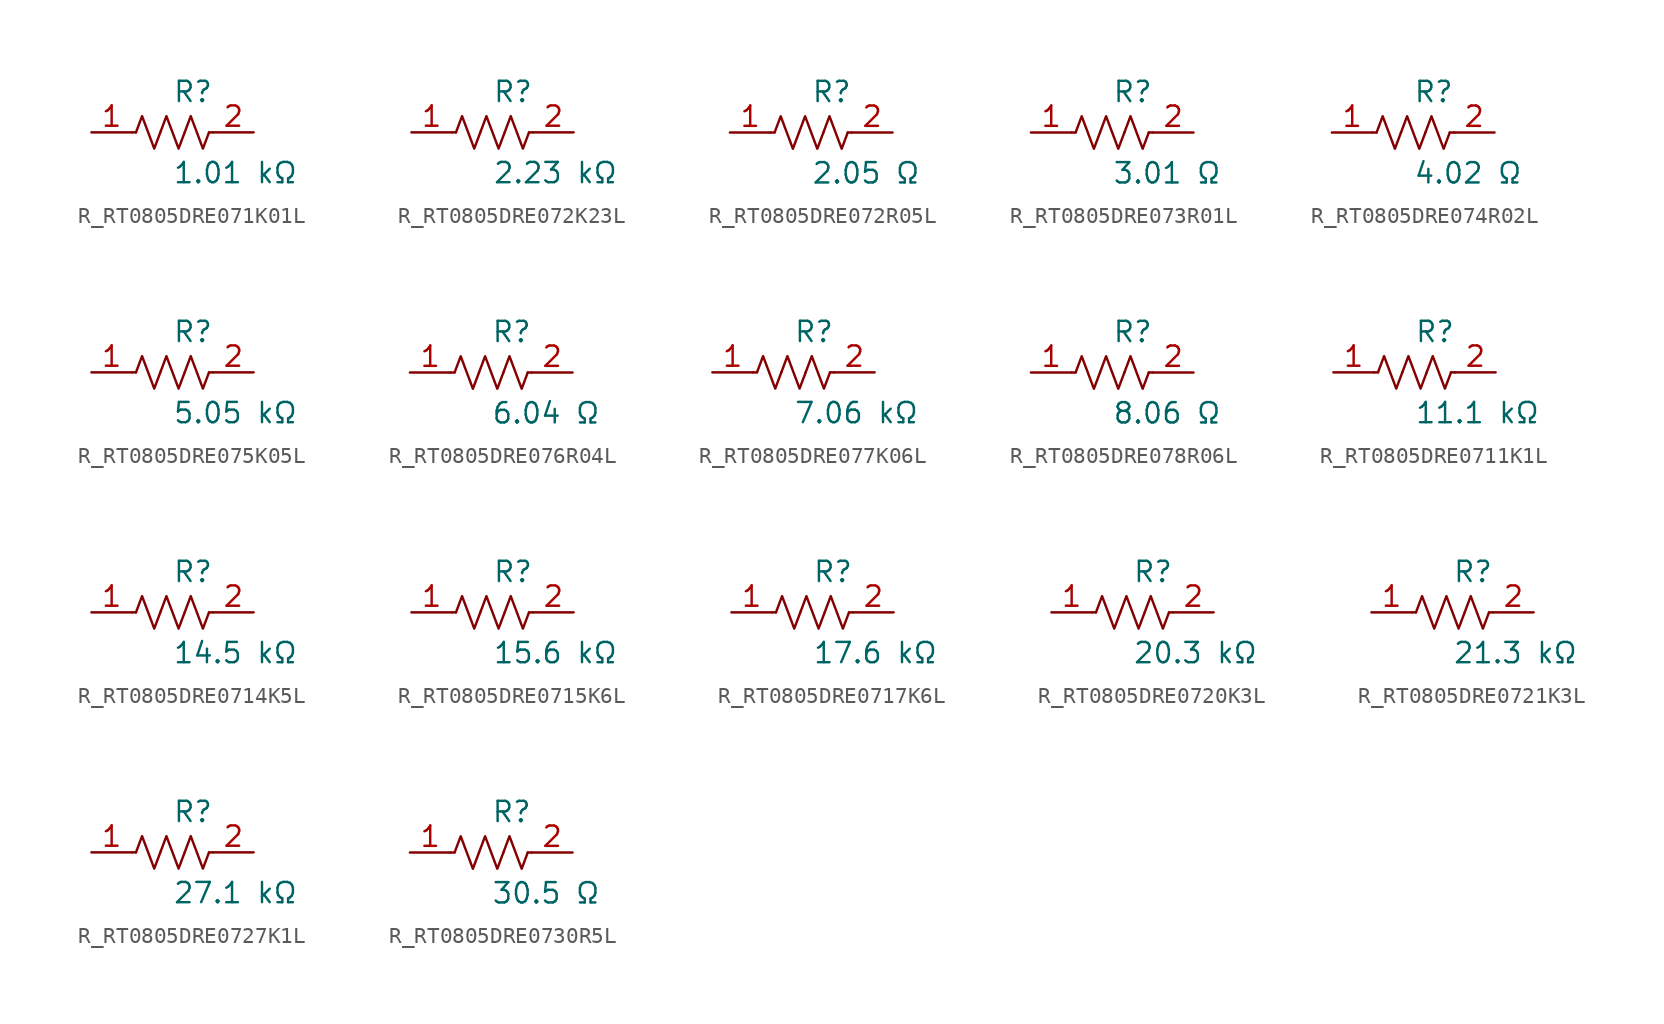
<source format=kicad_sym>
(kicad_symbol_lib
  (version 20231120)
  (generator kicad_symbol_editor)
  (generator_version 8.0)
  (symbol "R_RT0805DRE071K01L"
    (pin_names
      (offset 0.254))
    (property "Reference" "R"
      (at 0 2.54 0)
      (effects (font (size 1.27 1.27)) (justify left)))
    (property "Value" "1.01 kΩ"
      (at 0 -2.54 0)
      (effects (font (size 1.27 1.27)) (justify left)))
    (symbol "R_RT0805DRE071K01L_0_1"
      (polyline (pts (xy 2.286 0) (xy 2.54 0)) (stroke (width 0) (type default)) (fill (type none)))
      (polyline (pts (xy -2.286 0) (xy -2.54 0)) (stroke (width 0) (type default)) (fill (type none)))
      (polyline (pts (xy 0.762 0) (xy 1.143 1.016) (xy 1.524 0) (xy 1.905 -1.016) (xy 2.286 0)) (stroke (width 0) (type default)) (fill (type none)))
      (polyline (pts (xy -0.762 0) (xy -0.381 1.016) (xy 0 0) (xy 0.381 -1.016) (xy 0.762 0)) (stroke (width 0) (type default)) (fill (type none)))
      (polyline (pts (xy -2.286 0) (xy -1.905 1.016) (xy -1.524 0) (xy -1.143 -1.016) (xy -0.762 0)) (stroke (width 0) (type default)) (fill (type none))))
    (pin passive line
      (at -5.08 0 0)
      (length 2.54)
      (name "" (effects (font (size 1.27 1.27))))
      (number "1" (effects (font (size 1.27 1.27)))))
    (pin passive line
      (at 5.08 0 180)
      (length 2.54)
      (name "" (effects (font (size 1.27 1.27))))
      (number "2" (effects (font (size 1.27 1.27))))))
  (symbol "R_RT0805DRE072K23L"
    (pin_names
      (offset 0.254))
    (property "Reference" "R"
      (at 0 2.54 0)
      (effects (font (size 1.27 1.27)) (justify left)))
    (property "Value" "2.23 kΩ"
      (at 0 -2.54 0)
      (effects (font (size 1.27 1.27)) (justify left)))
    (symbol "R_RT0805DRE072K23L_0_1"
      (polyline (pts (xy 2.286 0) (xy 2.54 0)) (stroke (width 0) (type default)) (fill (type none)))
      (polyline (pts (xy -2.286 0) (xy -2.54 0)) (stroke (width 0) (type default)) (fill (type none)))
      (polyline (pts (xy 0.762 0) (xy 1.143 1.016) (xy 1.524 0) (xy 1.905 -1.016) (xy 2.286 0)) (stroke (width 0) (type default)) (fill (type none)))
      (polyline (pts (xy -0.762 0) (xy -0.381 1.016) (xy 0 0) (xy 0.381 -1.016) (xy 0.762 0)) (stroke (width 0) (type default)) (fill (type none)))
      (polyline (pts (xy -2.286 0) (xy -1.905 1.016) (xy -1.524 0) (xy -1.143 -1.016) (xy -0.762 0)) (stroke (width 0) (type default)) (fill (type none))))
    (pin passive line
      (at -5.08 0 0)
      (length 2.54)
      (name "" (effects (font (size 1.27 1.27))))
      (number "1" (effects (font (size 1.27 1.27)))))
    (pin passive line
      (at 5.08 0 180)
      (length 2.54)
      (name "" (effects (font (size 1.27 1.27))))
      (number "2" (effects (font (size 1.27 1.27))))))
  (symbol "R_RT0805DRE072R05L"
    (pin_names
      (offset 0.254))
    (property "Reference" "R"
      (at 0 2.54 0)
      (effects (font (size 1.27 1.27)) (justify left)))
    (property "Value" "2.05 Ω"
      (at 0 -2.54 0)
      (effects (font (size 1.27 1.27)) (justify left)))
    (symbol "R_RT0805DRE072R05L_0_1"
      (polyline (pts (xy 2.286 0) (xy 2.54 0)) (stroke (width 0) (type default)) (fill (type none)))
      (polyline (pts (xy -2.286 0) (xy -2.54 0)) (stroke (width 0) (type default)) (fill (type none)))
      (polyline (pts (xy 0.762 0) (xy 1.143 1.016) (xy 1.524 0) (xy 1.905 -1.016) (xy 2.286 0)) (stroke (width 0) (type default)) (fill (type none)))
      (polyline (pts (xy -0.762 0) (xy -0.381 1.016) (xy 0 0) (xy 0.381 -1.016) (xy 0.762 0)) (stroke (width 0) (type default)) (fill (type none)))
      (polyline (pts (xy -2.286 0) (xy -1.905 1.016) (xy -1.524 0) (xy -1.143 -1.016) (xy -0.762 0)) (stroke (width 0) (type default)) (fill (type none))))
    (pin passive line
      (at -5.08 0 0)
      (length 2.54)
      (name "" (effects (font (size 1.27 1.27))))
      (number "1" (effects (font (size 1.27 1.27)))))
    (pin passive line
      (at 5.08 0 180)
      (length 2.54)
      (name "" (effects (font (size 1.27 1.27))))
      (number "2" (effects (font (size 1.27 1.27))))))
  (symbol "R_RT0805DRE073R01L"
    (pin_names
      (offset 0.254))
    (property "Reference" "R"
      (at 0 2.54 0)
      (effects (font (size 1.27 1.27)) (justify left)))
    (property "Value" "3.01 Ω"
      (at 0 -2.54 0)
      (effects (font (size 1.27 1.27)) (justify left)))
    (symbol "R_RT0805DRE073R01L_0_1"
      (polyline (pts (xy 2.286 0) (xy 2.54 0)) (stroke (width 0) (type default)) (fill (type none)))
      (polyline (pts (xy -2.286 0) (xy -2.54 0)) (stroke (width 0) (type default)) (fill (type none)))
      (polyline (pts (xy 0.762 0) (xy 1.143 1.016) (xy 1.524 0) (xy 1.905 -1.016) (xy 2.286 0)) (stroke (width 0) (type default)) (fill (type none)))
      (polyline (pts (xy -0.762 0) (xy -0.381 1.016) (xy 0 0) (xy 0.381 -1.016) (xy 0.762 0)) (stroke (width 0) (type default)) (fill (type none)))
      (polyline (pts (xy -2.286 0) (xy -1.905 1.016) (xy -1.524 0) (xy -1.143 -1.016) (xy -0.762 0)) (stroke (width 0) (type default)) (fill (type none))))
    (pin passive line
      (at -5.08 0 0)
      (length 2.54)
      (name "" (effects (font (size 1.27 1.27))))
      (number "1" (effects (font (size 1.27 1.27)))))
    (pin passive line
      (at 5.08 0 180)
      (length 2.54)
      (name "" (effects (font (size 1.27 1.27))))
      (number "2" (effects (font (size 1.27 1.27))))))
  (symbol "R_RT0805DRE074R02L"
    (pin_names
      (offset 0.254))
    (property "Reference" "R"
      (at 0 2.54 0)
      (effects (font (size 1.27 1.27)) (justify left)))
    (property "Value" "4.02 Ω"
      (at 0 -2.54 0)
      (effects (font (size 1.27 1.27)) (justify left)))
    (symbol "R_RT0805DRE074R02L_0_1"
      (polyline (pts (xy 2.286 0) (xy 2.54 0)) (stroke (width 0) (type default)) (fill (type none)))
      (polyline (pts (xy -2.286 0) (xy -2.54 0)) (stroke (width 0) (type default)) (fill (type none)))
      (polyline (pts (xy 0.762 0) (xy 1.143 1.016) (xy 1.524 0) (xy 1.905 -1.016) (xy 2.286 0)) (stroke (width 0) (type default)) (fill (type none)))
      (polyline (pts (xy -0.762 0) (xy -0.381 1.016) (xy 0 0) (xy 0.381 -1.016) (xy 0.762 0)) (stroke (width 0) (type default)) (fill (type none)))
      (polyline (pts (xy -2.286 0) (xy -1.905 1.016) (xy -1.524 0) (xy -1.143 -1.016) (xy -0.762 0)) (stroke (width 0) (type default)) (fill (type none))))
    (pin passive line
      (at -5.08 0 0)
      (length 2.54)
      (name "" (effects (font (size 1.27 1.27))))
      (number "1" (effects (font (size 1.27 1.27)))))
    (pin passive line
      (at 5.08 0 180)
      (length 2.54)
      (name "" (effects (font (size 1.27 1.27))))
      (number "2" (effects (font (size 1.27 1.27))))))
  (symbol "R_RT0805DRE075K05L"
    (pin_names
      (offset 0.254))
    (property "Reference" "R"
      (at 0 2.54 0)
      (effects (font (size 1.27 1.27)) (justify left)))
    (property "Value" "5.05 kΩ"
      (at 0 -2.54 0)
      (effects (font (size 1.27 1.27)) (justify left)))
    (symbol "R_RT0805DRE075K05L_0_1"
      (polyline (pts (xy 2.286 0) (xy 2.54 0)) (stroke (width 0) (type default)) (fill (type none)))
      (polyline (pts (xy -2.286 0) (xy -2.54 0)) (stroke (width 0) (type default)) (fill (type none)))
      (polyline (pts (xy 0.762 0) (xy 1.143 1.016) (xy 1.524 0) (xy 1.905 -1.016) (xy 2.286 0)) (stroke (width 0) (type default)) (fill (type none)))
      (polyline (pts (xy -0.762 0) (xy -0.381 1.016) (xy 0 0) (xy 0.381 -1.016) (xy 0.762 0)) (stroke (width 0) (type default)) (fill (type none)))
      (polyline (pts (xy -2.286 0) (xy -1.905 1.016) (xy -1.524 0) (xy -1.143 -1.016) (xy -0.762 0)) (stroke (width 0) (type default)) (fill (type none))))
    (pin passive line
      (at -5.08 0 0)
      (length 2.54)
      (name "" (effects (font (size 1.27 1.27))))
      (number "1" (effects (font (size 1.27 1.27)))))
    (pin passive line
      (at 5.08 0 180)
      (length 2.54)
      (name "" (effects (font (size 1.27 1.27))))
      (number "2" (effects (font (size 1.27 1.27))))))
  (symbol "R_RT0805DRE076R04L"
    (pin_names
      (offset 0.254))
    (property "Reference" "R"
      (at 0 2.54 0)
      (effects (font (size 1.27 1.27)) (justify left)))
    (property "Value" "6.04 Ω"
      (at 0 -2.54 0)
      (effects (font (size 1.27 1.27)) (justify left)))
    (symbol "R_RT0805DRE076R04L_0_1"
      (polyline (pts (xy 2.286 0) (xy 2.54 0)) (stroke (width 0) (type default)) (fill (type none)))
      (polyline (pts (xy -2.286 0) (xy -2.54 0)) (stroke (width 0) (type default)) (fill (type none)))
      (polyline (pts (xy 0.762 0) (xy 1.143 1.016) (xy 1.524 0) (xy 1.905 -1.016) (xy 2.286 0)) (stroke (width 0) (type default)) (fill (type none)))
      (polyline (pts (xy -0.762 0) (xy -0.381 1.016) (xy 0 0) (xy 0.381 -1.016) (xy 0.762 0)) (stroke (width 0) (type default)) (fill (type none)))
      (polyline (pts (xy -2.286 0) (xy -1.905 1.016) (xy -1.524 0) (xy -1.143 -1.016) (xy -0.762 0)) (stroke (width 0) (type default)) (fill (type none))))
    (pin passive line
      (at -5.08 0 0)
      (length 2.54)
      (name "" (effects (font (size 1.27 1.27))))
      (number "1" (effects (font (size 1.27 1.27)))))
    (pin passive line
      (at 5.08 0 180)
      (length 2.54)
      (name "" (effects (font (size 1.27 1.27))))
      (number "2" (effects (font (size 1.27 1.27))))))
  (symbol "R_RT0805DRE077K06L"
    (pin_names
      (offset 0.254))
    (property "Reference" "R"
      (at 0 2.54 0)
      (effects (font (size 1.27 1.27)) (justify left)))
    (property "Value" "7.06 kΩ"
      (at 0 -2.54 0)
      (effects (font (size 1.27 1.27)) (justify left)))
    (symbol "R_RT0805DRE077K06L_0_1"
      (polyline (pts (xy 2.286 0) (xy 2.54 0)) (stroke (width 0) (type default)) (fill (type none)))
      (polyline (pts (xy -2.286 0) (xy -2.54 0)) (stroke (width 0) (type default)) (fill (type none)))
      (polyline (pts (xy 0.762 0) (xy 1.143 1.016) (xy 1.524 0) (xy 1.905 -1.016) (xy 2.286 0)) (stroke (width 0) (type default)) (fill (type none)))
      (polyline (pts (xy -0.762 0) (xy -0.381 1.016) (xy 0 0) (xy 0.381 -1.016) (xy 0.762 0)) (stroke (width 0) (type default)) (fill (type none)))
      (polyline (pts (xy -2.286 0) (xy -1.905 1.016) (xy -1.524 0) (xy -1.143 -1.016) (xy -0.762 0)) (stroke (width 0) (type default)) (fill (type none))))
    (pin passive line
      (at -5.08 0 0)
      (length 2.54)
      (name "" (effects (font (size 1.27 1.27))))
      (number "1" (effects (font (size 1.27 1.27)))))
    (pin passive line
      (at 5.08 0 180)
      (length 2.54)
      (name "" (effects (font (size 1.27 1.27))))
      (number "2" (effects (font (size 1.27 1.27))))))
  (symbol "R_RT0805DRE078R06L"
    (pin_names
      (offset 0.254))
    (property "Reference" "R"
      (at 0 2.54 0)
      (effects (font (size 1.27 1.27)) (justify left)))
    (property "Value" "8.06 Ω"
      (at 0 -2.54 0)
      (effects (font (size 1.27 1.27)) (justify left)))
    (symbol "R_RT0805DRE078R06L_0_1"
      (polyline (pts (xy 2.286 0) (xy 2.54 0)) (stroke (width 0) (type default)) (fill (type none)))
      (polyline (pts (xy -2.286 0) (xy -2.54 0)) (stroke (width 0) (type default)) (fill (type none)))
      (polyline (pts (xy 0.762 0) (xy 1.143 1.016) (xy 1.524 0) (xy 1.905 -1.016) (xy 2.286 0)) (stroke (width 0) (type default)) (fill (type none)))
      (polyline (pts (xy -0.762 0) (xy -0.381 1.016) (xy 0 0) (xy 0.381 -1.016) (xy 0.762 0)) (stroke (width 0) (type default)) (fill (type none)))
      (polyline (pts (xy -2.286 0) (xy -1.905 1.016) (xy -1.524 0) (xy -1.143 -1.016) (xy -0.762 0)) (stroke (width 0) (type default)) (fill (type none))))
    (pin passive line
      (at -5.08 0 0)
      (length 2.54)
      (name "" (effects (font (size 1.27 1.27))))
      (number "1" (effects (font (size 1.27 1.27)))))
    (pin passive line
      (at 5.08 0 180)
      (length 2.54)
      (name "" (effects (font (size 1.27 1.27))))
      (number "2" (effects (font (size 1.27 1.27))))))
  (symbol "R_RT0805DRE0711K1L"
    (pin_names
      (offset 0.254))
    (property "Reference" "R"
      (at 0 2.54 0)
      (effects (font (size 1.27 1.27)) (justify left)))
    (property "Value" "11.1 kΩ"
      (at 0 -2.54 0)
      (effects (font (size 1.27 1.27)) (justify left)))
    (symbol "R_RT0805DRE0711K1L_0_1"
      (polyline (pts (xy 2.286 0) (xy 2.54 0)) (stroke (width 0) (type default)) (fill (type none)))
      (polyline (pts (xy -2.286 0) (xy -2.54 0)) (stroke (width 0) (type default)) (fill (type none)))
      (polyline (pts (xy 0.762 0) (xy 1.143 1.016) (xy 1.524 0) (xy 1.905 -1.016) (xy 2.286 0)) (stroke (width 0) (type default)) (fill (type none)))
      (polyline (pts (xy -0.762 0) (xy -0.381 1.016) (xy 0 0) (xy 0.381 -1.016) (xy 0.762 0)) (stroke (width 0) (type default)) (fill (type none)))
      (polyline (pts (xy -2.286 0) (xy -1.905 1.016) (xy -1.524 0) (xy -1.143 -1.016) (xy -0.762 0)) (stroke (width 0) (type default)) (fill (type none))))
    (pin passive line
      (at -5.08 0 0)
      (length 2.54)
      (name "" (effects (font (size 1.27 1.27))))
      (number "1" (effects (font (size 1.27 1.27)))))
    (pin passive line
      (at 5.08 0 180)
      (length 2.54)
      (name "" (effects (font (size 1.27 1.27))))
      (number "2" (effects (font (size 1.27 1.27))))))
  (symbol "R_RT0805DRE0714K5L"
    (pin_names
      (offset 0.254))
    (property "Reference" "R"
      (at 0 2.54 0)
      (effects (font (size 1.27 1.27)) (justify left)))
    (property "Value" "14.5 kΩ"
      (at 0 -2.54 0)
      (effects (font (size 1.27 1.27)) (justify left)))
    (symbol "R_RT0805DRE0714K5L_0_1"
      (polyline (pts (xy 2.286 0) (xy 2.54 0)) (stroke (width 0) (type default)) (fill (type none)))
      (polyline (pts (xy -2.286 0) (xy -2.54 0)) (stroke (width 0) (type default)) (fill (type none)))
      (polyline (pts (xy 0.762 0) (xy 1.143 1.016) (xy 1.524 0) (xy 1.905 -1.016) (xy 2.286 0)) (stroke (width 0) (type default)) (fill (type none)))
      (polyline (pts (xy -0.762 0) (xy -0.381 1.016) (xy 0 0) (xy 0.381 -1.016) (xy 0.762 0)) (stroke (width 0) (type default)) (fill (type none)))
      (polyline (pts (xy -2.286 0) (xy -1.905 1.016) (xy -1.524 0) (xy -1.143 -1.016) (xy -0.762 0)) (stroke (width 0) (type default)) (fill (type none))))
    (pin passive line
      (at -5.08 0 0)
      (length 2.54)
      (name "" (effects (font (size 1.27 1.27))))
      (number "1" (effects (font (size 1.27 1.27)))))
    (pin passive line
      (at 5.08 0 180)
      (length 2.54)
      (name "" (effects (font (size 1.27 1.27))))
      (number "2" (effects (font (size 1.27 1.27))))))
  (symbol "R_RT0805DRE0715K6L"
    (pin_names
      (offset 0.254))
    (property "Reference" "R"
      (at 0 2.54 0)
      (effects (font (size 1.27 1.27)) (justify left)))
    (property "Value" "15.6 kΩ"
      (at 0 -2.54 0)
      (effects (font (size 1.27 1.27)) (justify left)))
    (symbol "R_RT0805DRE0715K6L_0_1"
      (polyline (pts (xy 2.286 0) (xy 2.54 0)) (stroke (width 0) (type default)) (fill (type none)))
      (polyline (pts (xy -2.286 0) (xy -2.54 0)) (stroke (width 0) (type default)) (fill (type none)))
      (polyline (pts (xy 0.762 0) (xy 1.143 1.016) (xy 1.524 0) (xy 1.905 -1.016) (xy 2.286 0)) (stroke (width 0) (type default)) (fill (type none)))
      (polyline (pts (xy -0.762 0) (xy -0.381 1.016) (xy 0 0) (xy 0.381 -1.016) (xy 0.762 0)) (stroke (width 0) (type default)) (fill (type none)))
      (polyline (pts (xy -2.286 0) (xy -1.905 1.016) (xy -1.524 0) (xy -1.143 -1.016) (xy -0.762 0)) (stroke (width 0) (type default)) (fill (type none))))
    (pin passive line
      (at -5.08 0 0)
      (length 2.54)
      (name "" (effects (font (size 1.27 1.27))))
      (number "1" (effects (font (size 1.27 1.27)))))
    (pin passive line
      (at 5.08 0 180)
      (length 2.54)
      (name "" (effects (font (size 1.27 1.27))))
      (number "2" (effects (font (size 1.27 1.27))))))
  (symbol "R_RT0805DRE0717K6L"
    (pin_names
      (offset 0.254))
    (property "Reference" "R"
      (at 0 2.54 0)
      (effects (font (size 1.27 1.27)) (justify left)))
    (property "Value" "17.6 kΩ"
      (at 0 -2.54 0)
      (effects (font (size 1.27 1.27)) (justify left)))
    (symbol "R_RT0805DRE0717K6L_0_1"
      (polyline (pts (xy 2.286 0) (xy 2.54 0)) (stroke (width 0) (type default)) (fill (type none)))
      (polyline (pts (xy -2.286 0) (xy -2.54 0)) (stroke (width 0) (type default)) (fill (type none)))
      (polyline (pts (xy 0.762 0) (xy 1.143 1.016) (xy 1.524 0) (xy 1.905 -1.016) (xy 2.286 0)) (stroke (width 0) (type default)) (fill (type none)))
      (polyline (pts (xy -0.762 0) (xy -0.381 1.016) (xy 0 0) (xy 0.381 -1.016) (xy 0.762 0)) (stroke (width 0) (type default)) (fill (type none)))
      (polyline (pts (xy -2.286 0) (xy -1.905 1.016) (xy -1.524 0) (xy -1.143 -1.016) (xy -0.762 0)) (stroke (width 0) (type default)) (fill (type none))))
    (pin passive line
      (at -5.08 0 0)
      (length 2.54)
      (name "" (effects (font (size 1.27 1.27))))
      (number "1" (effects (font (size 1.27 1.27)))))
    (pin passive line
      (at 5.08 0 180)
      (length 2.54)
      (name "" (effects (font (size 1.27 1.27))))
      (number "2" (effects (font (size 1.27 1.27))))))
  (symbol "R_RT0805DRE0720K3L"
    (pin_names
      (offset 0.254))
    (property "Reference" "R"
      (at 0 2.54 0)
      (effects (font (size 1.27 1.27)) (justify left)))
    (property "Value" "20.3 kΩ"
      (at 0 -2.54 0)
      (effects (font (size 1.27 1.27)) (justify left)))
    (symbol "R_RT0805DRE0720K3L_0_1"
      (polyline (pts (xy 2.286 0) (xy 2.54 0)) (stroke (width 0) (type default)) (fill (type none)))
      (polyline (pts (xy -2.286 0) (xy -2.54 0)) (stroke (width 0) (type default)) (fill (type none)))
      (polyline (pts (xy 0.762 0) (xy 1.143 1.016) (xy 1.524 0) (xy 1.905 -1.016) (xy 2.286 0)) (stroke (width 0) (type default)) (fill (type none)))
      (polyline (pts (xy -0.762 0) (xy -0.381 1.016) (xy 0 0) (xy 0.381 -1.016) (xy 0.762 0)) (stroke (width 0) (type default)) (fill (type none)))
      (polyline (pts (xy -2.286 0) (xy -1.905 1.016) (xy -1.524 0) (xy -1.143 -1.016) (xy -0.762 0)) (stroke (width 0) (type default)) (fill (type none))))
    (pin passive line
      (at -5.08 0 0)
      (length 2.54)
      (name "" (effects (font (size 1.27 1.27))))
      (number "1" (effects (font (size 1.27 1.27)))))
    (pin passive line
      (at 5.08 0 180)
      (length 2.54)
      (name "" (effects (font (size 1.27 1.27))))
      (number "2" (effects (font (size 1.27 1.27))))))
  (symbol "R_RT0805DRE0721K3L"
    (pin_names
      (offset 0.254))
    (property "Reference" "R"
      (at 0 2.54 0)
      (effects (font (size 1.27 1.27)) (justify left)))
    (property "Value" "21.3 kΩ"
      (at 0 -2.54 0)
      (effects (font (size 1.27 1.27)) (justify left)))
    (symbol "R_RT0805DRE0721K3L_0_1"
      (polyline (pts (xy 2.286 0) (xy 2.54 0)) (stroke (width 0) (type default)) (fill (type none)))
      (polyline (pts (xy -2.286 0) (xy -2.54 0)) (stroke (width 0) (type default)) (fill (type none)))
      (polyline (pts (xy 0.762 0) (xy 1.143 1.016) (xy 1.524 0) (xy 1.905 -1.016) (xy 2.286 0)) (stroke (width 0) (type default)) (fill (type none)))
      (polyline (pts (xy -0.762 0) (xy -0.381 1.016) (xy 0 0) (xy 0.381 -1.016) (xy 0.762 0)) (stroke (width 0) (type default)) (fill (type none)))
      (polyline (pts (xy -2.286 0) (xy -1.905 1.016) (xy -1.524 0) (xy -1.143 -1.016) (xy -0.762 0)) (stroke (width 0) (type default)) (fill (type none))))
    (pin passive line
      (at -5.08 0 0)
      (length 2.54)
      (name "" (effects (font (size 1.27 1.27))))
      (number "1" (effects (font (size 1.27 1.27)))))
    (pin passive line
      (at 5.08 0 180)
      (length 2.54)
      (name "" (effects (font (size 1.27 1.27))))
      (number "2" (effects (font (size 1.27 1.27))))))
  (symbol "R_RT0805DRE0727K1L"
    (pin_names
      (offset 0.254))
    (property "Reference" "R"
      (at 0 2.54 0)
      (effects (font (size 1.27 1.27)) (justify left)))
    (property "Value" "27.1 kΩ"
      (at 0 -2.54 0)
      (effects (font (size 1.27 1.27)) (justify left)))
    (symbol "R_RT0805DRE0727K1L_0_1"
      (polyline (pts (xy 2.286 0) (xy 2.54 0)) (stroke (width 0) (type default)) (fill (type none)))
      (polyline (pts (xy -2.286 0) (xy -2.54 0)) (stroke (width 0) (type default)) (fill (type none)))
      (polyline (pts (xy 0.762 0) (xy 1.143 1.016) (xy 1.524 0) (xy 1.905 -1.016) (xy 2.286 0)) (stroke (width 0) (type default)) (fill (type none)))
      (polyline (pts (xy -0.762 0) (xy -0.381 1.016) (xy 0 0) (xy 0.381 -1.016) (xy 0.762 0)) (stroke (width 0) (type default)) (fill (type none)))
      (polyline (pts (xy -2.286 0) (xy -1.905 1.016) (xy -1.524 0) (xy -1.143 -1.016) (xy -0.762 0)) (stroke (width 0) (type default)) (fill (type none))))
    (pin passive line
      (at -5.08 0 0)
      (length 2.54)
      (name "" (effects (font (size 1.27 1.27))))
      (number "1" (effects (font (size 1.27 1.27)))))
    (pin passive line
      (at 5.08 0 180)
      (length 2.54)
      (name "" (effects (font (size 1.27 1.27))))
      (number "2" (effects (font (size 1.27 1.27))))))
  (symbol "R_RT0805DRE0730R5L"
    (pin_names
      (offset 0.254))
    (property "Reference" "R"
      (at 0 2.54 0)
      (effects (font (size 1.27 1.27)) (justify left)))
    (property "Value" "30.5 Ω"
      (at 0 -2.54 0)
      (effects (font (size 1.27 1.27)) (justify left)))
    (symbol "R_RT0805DRE0730R5L_0_1"
      (polyline (pts (xy 2.286 0) (xy 2.54 0)) (stroke (width 0) (type default)) (fill (type none)))
      (polyline (pts (xy -2.286 0) (xy -2.54 0)) (stroke (width 0) (type default)) (fill (type none)))
      (polyline (pts (xy 0.762 0) (xy 1.143 1.016) (xy 1.524 0) (xy 1.905 -1.016) (xy 2.286 0)) (stroke (width 0) (type default)) (fill (type none)))
      (polyline (pts (xy -0.762 0) (xy -0.381 1.016) (xy 0 0) (xy 0.381 -1.016) (xy 0.762 0)) (stroke (width 0) (type default)) (fill (type none)))
      (polyline (pts (xy -2.286 0) (xy -1.905 1.016) (xy -1.524 0) (xy -1.143 -1.016) (xy -0.762 0)) (stroke (width 0) (type default)) (fill (type none))))
    (pin passive line
      (at -5.08 0 0)
      (length 2.54)
      (name "" (effects (font (size 1.27 1.27))))
      (number "1" (effects (font (size 1.27 1.27)))))
    (pin passive line
      (at 5.08 0 180)
      (length 2.54)
      (name "" (effects (font (size 1.27 1.27))))
      (number "2" (effects (font (size 1.27 1.27)))))))
</source>
